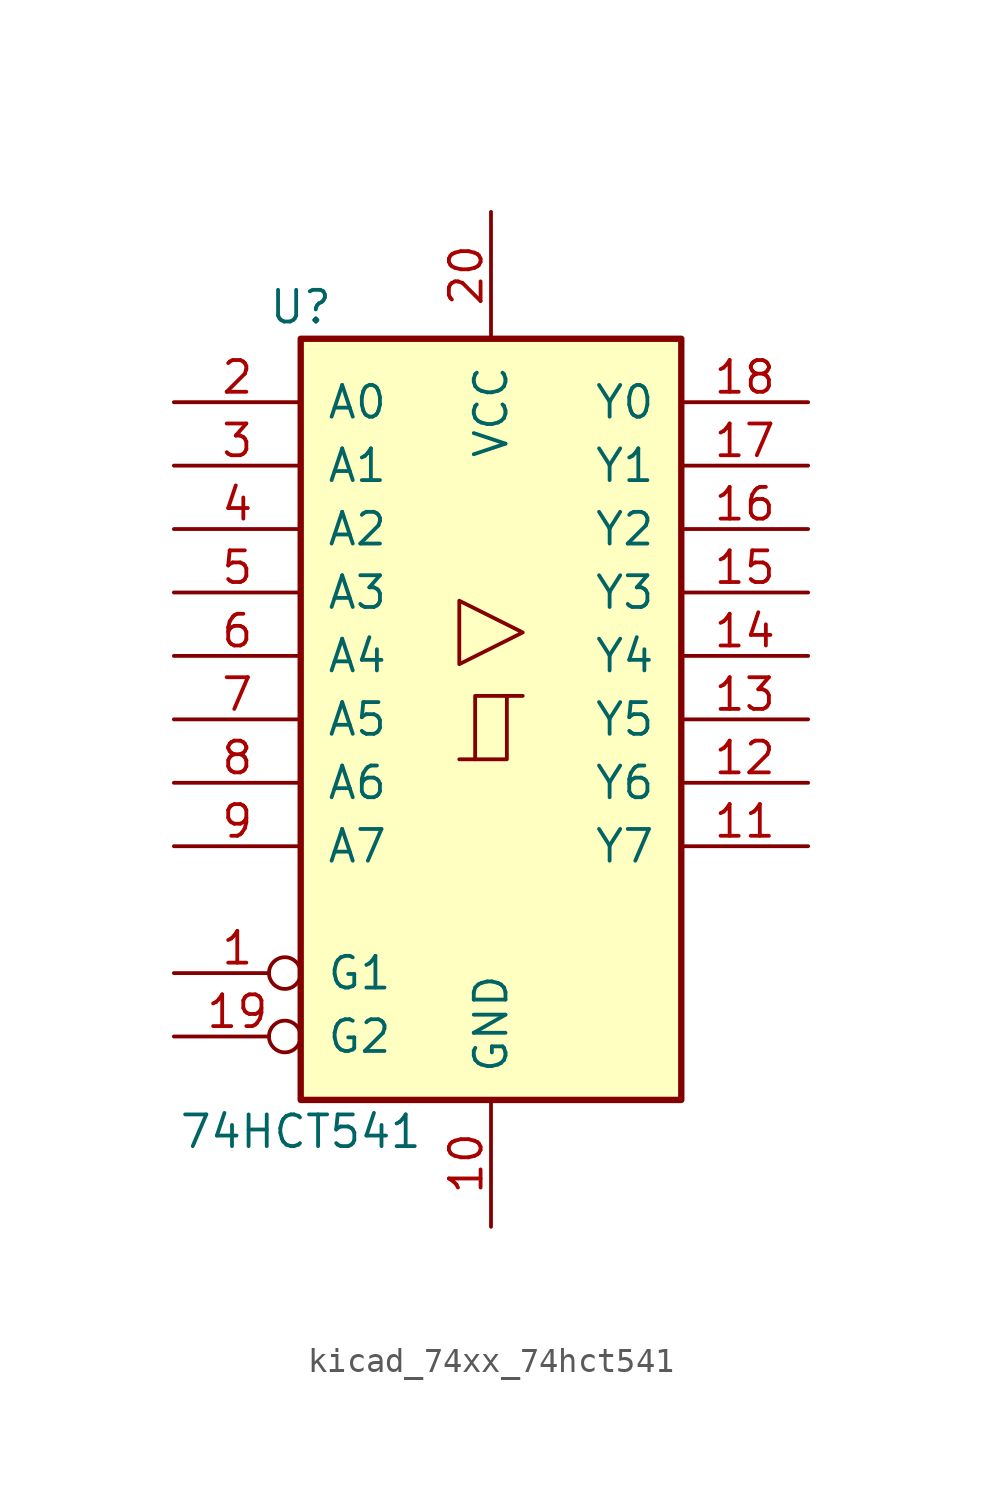
<source format=kicad_sym>
(kicad_symbol_lib
  (version 20220914)
  (generator kicad_symbol_editor)
  (symbol "kicad_74xx_74hct541"
    (pin_names
      (offset 1.016))
    (property "Reference" "U"
      (at -7.62 16.51 0)
      (effects (font (size 1.27 1.27))))
    (property "Value" "74HCT541"
      (at -7.62 -16.51 0)
      (effects (font (size 1.27 1.27))))
    (property "ki_locked" ""
      (at 0 0 0)
      (effects (font (size 1.27 1.27))))
    (symbol "kicad_74xx_74hct541_1_0"
      (polyline (pts (xy -0.635 -1.6) (xy -0.635 0.94) (xy 0.635 0.94)) (stroke (width 0) (type default)) (fill (type none)))
      (polyline (pts (xy -1.27 -1.6) (xy 0.635 -1.6) (xy 0.635 0.94) (xy 1.27 0.94)) (stroke (width 0) (type default)) (fill (type none)))
      (polyline (pts (xy 1.27 3.48) (xy -1.27 4.75) (xy -1.27 2.21) (xy 1.27 3.48)) (stroke (width 0.152) (type default)) (fill (type none)))
      (pin input inverted (at -12.7 -10.16 0) (length 5.08) (name "G1" (effects (font (size 1.27 1.27)))) (number "1" (effects (font (size 1.27 1.27)))))
      (pin power_in line (at 0 -20.32 90) (length 5.08) (name "GND" (effects (font (size 1.27 1.27)))) (number "10" (effects (font (size 1.27 1.27)))))
      (pin tri_state line (at 12.7 -5.08 180) (length 5.08) (name "Y7" (effects (font (size 1.27 1.27)))) (number "11" (effects (font (size 1.27 1.27)))))
      (pin tri_state line (at 12.7 -2.54 180) (length 5.08) (name "Y6" (effects (font (size 1.27 1.27)))) (number "12" (effects (font (size 1.27 1.27)))))
      (pin tri_state line (at 12.7 0 180) (length 5.08) (name "Y5" (effects (font (size 1.27 1.27)))) (number "13" (effects (font (size 1.27 1.27)))))
      (pin tri_state line (at 12.7 2.54 180) (length 5.08) (name "Y4" (effects (font (size 1.27 1.27)))) (number "14" (effects (font (size 1.27 1.27)))))
      (pin tri_state line (at 12.7 5.08 180) (length 5.08) (name "Y3" (effects (font (size 1.27 1.27)))) (number "15" (effects (font (size 1.27 1.27)))))
      (pin tri_state line (at 12.7 7.62 180) (length 5.08) (name "Y2" (effects (font (size 1.27 1.27)))) (number "16" (effects (font (size 1.27 1.27)))))
      (pin tri_state line (at 12.7 10.16 180) (length 5.08) (name "Y1" (effects (font (size 1.27 1.27)))) (number "17" (effects (font (size 1.27 1.27)))))
      (pin tri_state line (at 12.7 12.7 180) (length 5.08) (name "Y0" (effects (font (size 1.27 1.27)))) (number "18" (effects (font (size 1.27 1.27)))))
      (pin input inverted (at -12.7 -12.7 0) (length 5.08) (name "G2" (effects (font (size 1.27 1.27)))) (number "19" (effects (font (size 1.27 1.27)))))
      (pin input line (at -12.7 12.7 0) (length 5.08) (name "A0" (effects (font (size 1.27 1.27)))) (number "2" (effects (font (size 1.27 1.27)))))
      (pin power_in line (at 0 20.32 270) (length 5.08) (name "VCC" (effects (font (size 1.27 1.27)))) (number "20" (effects (font (size 1.27 1.27)))))
      (pin input line (at -12.7 10.16 0) (length 5.08) (name "A1" (effects (font (size 1.27 1.27)))) (number "3" (effects (font (size 1.27 1.27)))))
      (pin input line (at -12.7 7.62 0) (length 5.08) (name "A2" (effects (font (size 1.27 1.27)))) (number "4" (effects (font (size 1.27 1.27)))))
      (pin input line (at -12.7 5.08 0) (length 5.08) (name "A3" (effects (font (size 1.27 1.27)))) (number "5" (effects (font (size 1.27 1.27)))))
      (pin input line (at -12.7 2.54 0) (length 5.08) (name "A4" (effects (font (size 1.27 1.27)))) (number "6" (effects (font (size 1.27 1.27)))))
      (pin input line (at -12.7 0 0) (length 5.08) (name "A5" (effects (font (size 1.27 1.27)))) (number "7" (effects (font (size 1.27 1.27)))))
      (pin input line (at -12.7 -2.54 0) (length 5.08) (name "A6" (effects (font (size 1.27 1.27)))) (number "8" (effects (font (size 1.27 1.27)))))
      (pin input line (at -12.7 -5.08 0) (length 5.08) (name "A7" (effects (font (size 1.27 1.27)))) (number "9" (effects (font (size 1.27 1.27))))))
    (symbol "kicad_74xx_74hct541_1_1"
      (rectangle (start -7.62 15.24) (end 7.62 -15.24) (stroke (width 0.254) (type default)) (fill (type background))))))
</source>
